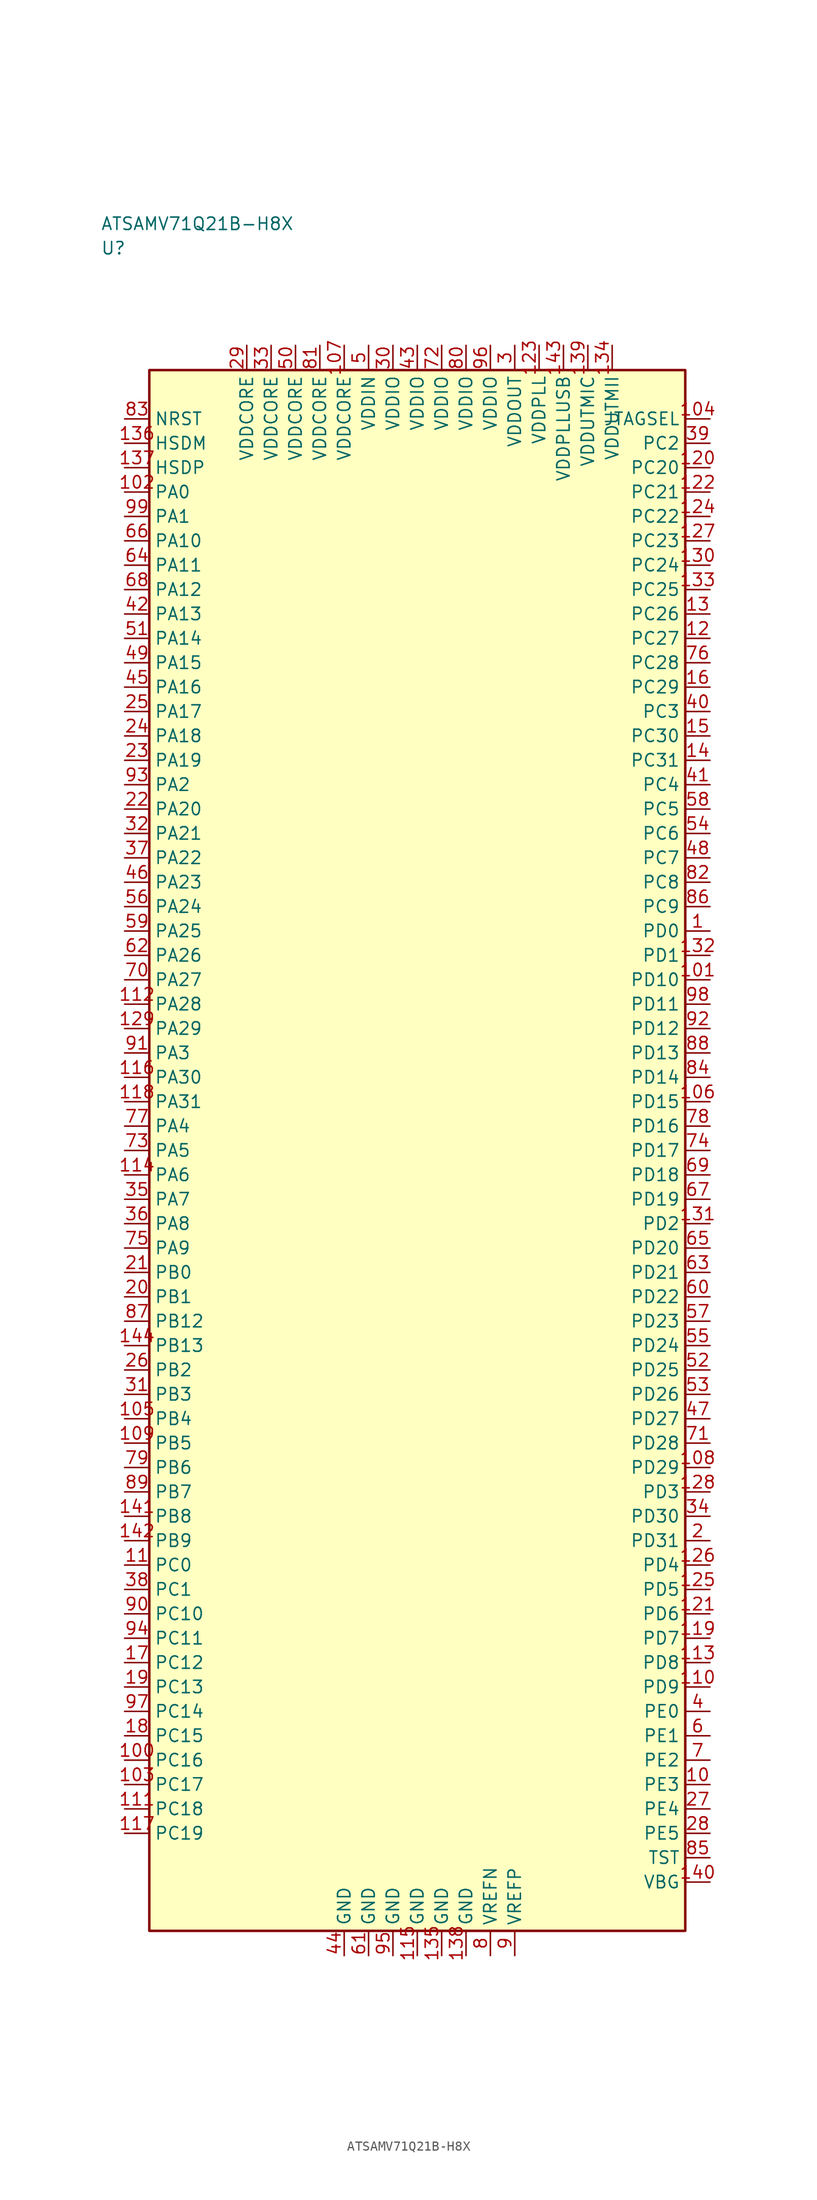
<source format=kicad_sym>
(kicad_symbol_lib
  (version 20241025)
  (generator "kicad_symbol_editor")
  (generator_version "8.0")
  (symbol "ATSAMV71Q21B-H8X"
    (property "Reference" "U"
      (at -32.5 92.5 0)
      (effects (font (size 1.27 1.27)) (justify left)))
    (property "Value" "ATSAMV71Q21B-H8X"
      (at -32.5 95.0 0)
      (effects (font (size 1.27 1.27)) (justify left)))
    (symbol "ATSAMV71Q21B-H8X_0_1"
      (rectangle (start -27.5 80.0) (end 27.5 -80.0) (stroke (width 0.254) (type default)) (fill (type background))))
    (symbol "ATSAMV71Q21B-H8X_1_1"
      (pin bidirectional line (at -30.04 67.5 0.0) (length 2.54) (name "PA0" (effects (font (size 1.27 1.27)))) (number "102" (effects (font (size 1.27 1.27)))))
      (pin bidirectional line (at -30.04 65.0 0.0) (length 2.54) (name "PA1" (effects (font (size 1.27 1.27)))) (number "99" (effects (font (size 1.27 1.27)))))
      (pin bidirectional line (at -30.04 37.5 0.0) (length 2.54) (name "PA2" (effects (font (size 1.27 1.27)))) (number "93" (effects (font (size 1.27 1.27)))))
      (pin bidirectional line (at -30.04 10.0 0.0) (length 2.54) (name "PA3" (effects (font (size 1.27 1.27)))) (number "91" (effects (font (size 1.27 1.27)))))
      (pin bidirectional line (at -30.04 2.5 0.0) (length 2.54) (name "PA4" (effects (font (size 1.27 1.27)))) (number "77" (effects (font (size 1.27 1.27)))))
      (pin bidirectional line (at -30.04 0.0 0.0) (length 2.54) (name "PA5" (effects (font (size 1.27 1.27)))) (number "73" (effects (font (size 1.27 1.27)))))
      (pin bidirectional line (at -30.04 -2.5 0.0) (length 2.54) (name "PA6" (effects (font (size 1.27 1.27)))) (number "114" (effects (font (size 1.27 1.27)))))
      (pin bidirectional line (at -30.04 -5.0 0.0) (length 2.54) (name "PA7" (effects (font (size 1.27 1.27)))) (number "35" (effects (font (size 1.27 1.27)))))
      (pin bidirectional line (at -30.04 -7.5 0.0) (length 2.54) (name "PA8" (effects (font (size 1.27 1.27)))) (number "36" (effects (font (size 1.27 1.27)))))
      (pin bidirectional line (at -30.04 -10.0 0.0) (length 2.54) (name "PA9" (effects (font (size 1.27 1.27)))) (number "75" (effects (font (size 1.27 1.27)))))
      (pin bidirectional line (at -30.04 62.5 0.0) (length 2.54) (name "PA10" (effects (font (size 1.27 1.27)))) (number "66" (effects (font (size 1.27 1.27)))))
      (pin bidirectional line (at -30.04 60.0 0.0) (length 2.54) (name "PA11" (effects (font (size 1.27 1.27)))) (number "64" (effects (font (size 1.27 1.27)))))
      (pin bidirectional line (at -30.04 57.5 0.0) (length 2.54) (name "PA12" (effects (font (size 1.27 1.27)))) (number "68" (effects (font (size 1.27 1.27)))))
      (pin bidirectional line (at -30.04 55.0 0.0) (length 2.54) (name "PA13" (effects (font (size 1.27 1.27)))) (number "42" (effects (font (size 1.27 1.27)))))
      (pin bidirectional line (at -30.04 52.5 0.0) (length 2.54) (name "PA14" (effects (font (size 1.27 1.27)))) (number "51" (effects (font (size 1.27 1.27)))))
      (pin bidirectional line (at -30.04 50.0 0.0) (length 2.54) (name "PA15" (effects (font (size 1.27 1.27)))) (number "49" (effects (font (size 1.27 1.27)))))
      (pin bidirectional line (at -30.04 47.5 0.0) (length 2.54) (name "PA16" (effects (font (size 1.27 1.27)))) (number "45" (effects (font (size 1.27 1.27)))))
      (pin bidirectional line (at -30.04 45.0 0.0) (length 2.54) (name "PA17" (effects (font (size 1.27 1.27)))) (number "25" (effects (font (size 1.27 1.27)))))
      (pin bidirectional line (at -30.04 42.5 0.0) (length 2.54) (name "PA18" (effects (font (size 1.27 1.27)))) (number "24" (effects (font (size 1.27 1.27)))))
      (pin bidirectional line (at -30.04 40.0 0.0) (length 2.54) (name "PA19" (effects (font (size 1.27 1.27)))) (number "23" (effects (font (size 1.27 1.27)))))
      (pin bidirectional line (at -30.04 35.0 0.0) (length 2.54) (name "PA20" (effects (font (size 1.27 1.27)))) (number "22" (effects (font (size 1.27 1.27)))))
      (pin bidirectional line (at -30.04 32.5 0.0) (length 2.54) (name "PA21" (effects (font (size 1.27 1.27)))) (number "32" (effects (font (size 1.27 1.27)))))
      (pin bidirectional line (at -30.04 30.0 0.0) (length 2.54) (name "PA22" (effects (font (size 1.27 1.27)))) (number "37" (effects (font (size 1.27 1.27)))))
      (pin bidirectional line (at -30.04 27.5 0.0) (length 2.54) (name "PA23" (effects (font (size 1.27 1.27)))) (number "46" (effects (font (size 1.27 1.27)))))
      (pin bidirectional line (at -30.04 25.0 0.0) (length 2.54) (name "PA24" (effects (font (size 1.27 1.27)))) (number "56" (effects (font (size 1.27 1.27)))))
      (pin bidirectional line (at -30.04 22.5 0.0) (length 2.54) (name "PA25" (effects (font (size 1.27 1.27)))) (number "59" (effects (font (size 1.27 1.27)))))
      (pin bidirectional line (at -30.04 20.0 0.0) (length 2.54) (name "PA26" (effects (font (size 1.27 1.27)))) (number "62" (effects (font (size 1.27 1.27)))))
      (pin bidirectional line (at -30.04 17.5 0.0) (length 2.54) (name "PA27" (effects (font (size 1.27 1.27)))) (number "70" (effects (font (size 1.27 1.27)))))
      (pin bidirectional line (at -30.04 15.0 0.0) (length 2.54) (name "PA28" (effects (font (size 1.27 1.27)))) (number "112" (effects (font (size 1.27 1.27)))))
      (pin bidirectional line (at -30.04 12.5 0.0) (length 2.54) (name "PA29" (effects (font (size 1.27 1.27)))) (number "129" (effects (font (size 1.27 1.27)))))
      (pin bidirectional line (at -30.04 7.5 0.0) (length 2.54) (name "PA30" (effects (font (size 1.27 1.27)))) (number "116" (effects (font (size 1.27 1.27)))))
      (pin bidirectional line (at -30.04 5.0 0.0) (length 2.54) (name "PA31" (effects (font (size 1.27 1.27)))) (number "118" (effects (font (size 1.27 1.27)))))
      (pin bidirectional line (at -30.04 -12.5 0.0) (length 2.54) (name "PB0" (effects (font (size 1.27 1.27)))) (number "21" (effects (font (size 1.27 1.27)))))
      (pin bidirectional line (at -30.04 -15.0 0.0) (length 2.54) (name "PB1" (effects (font (size 1.27 1.27)))) (number "20" (effects (font (size 1.27 1.27)))))
      (pin bidirectional line (at -30.04 -22.5 0.0) (length 2.54) (name "PB2" (effects (font (size 1.27 1.27)))) (number "26" (effects (font (size 1.27 1.27)))))
      (pin bidirectional line (at -30.04 -25.0 0.0) (length 2.54) (name "PB3" (effects (font (size 1.27 1.27)))) (number "31" (effects (font (size 1.27 1.27)))))
      (pin bidirectional line (at -30.04 -27.5 0.0) (length 2.54) (name "PB4" (effects (font (size 1.27 1.27)))) (number "105" (effects (font (size 1.27 1.27)))))
      (pin bidirectional line (at -30.04 -30.0 0.0) (length 2.54) (name "PB5" (effects (font (size 1.27 1.27)))) (number "109" (effects (font (size 1.27 1.27)))))
      (pin bidirectional line (at -30.04 -32.5 0.0) (length 2.54) (name "PB6" (effects (font (size 1.27 1.27)))) (number "79" (effects (font (size 1.27 1.27)))))
      (pin bidirectional line (at -30.04 -35.0 0.0) (length 2.54) (name "PB7" (effects (font (size 1.27 1.27)))) (number "89" (effects (font (size 1.27 1.27)))))
      (pin bidirectional line (at -30.04 -37.5 0.0) (length 2.54) (name "PB8" (effects (font (size 1.27 1.27)))) (number "141" (effects (font (size 1.27 1.27)))))
      (pin bidirectional line (at -30.04 -40.0 0.0) (length 2.54) (name "PB9" (effects (font (size 1.27 1.27)))) (number "142" (effects (font (size 1.27 1.27)))))
      (pin bidirectional line (at -30.04 -17.5 0.0) (length 2.54) (name "PB12" (effects (font (size 1.27 1.27)))) (number "87" (effects (font (size 1.27 1.27)))))
      (pin bidirectional line (at -30.04 -20.0 0.0) (length 2.54) (name "PB13" (effects (font (size 1.27 1.27)))) (number "144" (effects (font (size 1.27 1.27)))))
      (pin bidirectional line (at -30.04 -42.5 0.0) (length 2.54) (name "PC0" (effects (font (size 1.27 1.27)))) (number "11" (effects (font (size 1.27 1.27)))))
      (pin bidirectional line (at -30.04 -45.0 0.0) (length 2.54) (name "PC1" (effects (font (size 1.27 1.27)))) (number "38" (effects (font (size 1.27 1.27)))))
      (pin bidirectional line (at 30.04 72.5 180.0) (length 2.54) (name "PC2" (effects (font (size 1.27 1.27)))) (number "39" (effects (font (size 1.27 1.27)))))
      (pin bidirectional line (at 30.04 45.0 180.0) (length 2.54) (name "PC3" (effects (font (size 1.27 1.27)))) (number "40" (effects (font (size 1.27 1.27)))))
      (pin bidirectional line (at 30.04 37.5 180.0) (length 2.54) (name "PC4" (effects (font (size 1.27 1.27)))) (number "41" (effects (font (size 1.27 1.27)))))
      (pin bidirectional line (at 30.04 35.0 180.0) (length 2.54) (name "PC5" (effects (font (size 1.27 1.27)))) (number "58" (effects (font (size 1.27 1.27)))))
      (pin bidirectional line (at 30.04 32.5 180.0) (length 2.54) (name "PC6" (effects (font (size 1.27 1.27)))) (number "54" (effects (font (size 1.27 1.27)))))
      (pin bidirectional line (at 30.04 30.0 180.0) (length 2.54) (name "PC7" (effects (font (size 1.27 1.27)))) (number "48" (effects (font (size 1.27 1.27)))))
      (pin bidirectional line (at 30.04 27.5 180.0) (length 2.54) (name "PC8" (effects (font (size 1.27 1.27)))) (number "82" (effects (font (size 1.27 1.27)))))
      (pin bidirectional line (at 30.04 25.0 180.0) (length 2.54) (name "PC9" (effects (font (size 1.27 1.27)))) (number "86" (effects (font (size 1.27 1.27)))))
      (pin bidirectional line (at -30.04 -47.5 0.0) (length 2.54) (name "PC10" (effects (font (size 1.27 1.27)))) (number "90" (effects (font (size 1.27 1.27)))))
      (pin bidirectional line (at -30.04 -50.0 0.0) (length 2.54) (name "PC11" (effects (font (size 1.27 1.27)))) (number "94" (effects (font (size 1.27 1.27)))))
      (pin bidirectional line (at -30.04 -52.5 0.0) (length 2.54) (name "PC12" (effects (font (size 1.27 1.27)))) (number "17" (effects (font (size 1.27 1.27)))))
      (pin bidirectional line (at -30.04 -55.0 0.0) (length 2.54) (name "PC13" (effects (font (size 1.27 1.27)))) (number "19" (effects (font (size 1.27 1.27)))))
      (pin bidirectional line (at -30.04 -57.5 0.0) (length 2.54) (name "PC14" (effects (font (size 1.27 1.27)))) (number "97" (effects (font (size 1.27 1.27)))))
      (pin bidirectional line (at -30.04 -60.0 0.0) (length 2.54) (name "PC15" (effects (font (size 1.27 1.27)))) (number "18" (effects (font (size 1.27 1.27)))))
      (pin bidirectional line (at -30.04 -62.5 0.0) (length 2.54) (name "PC16" (effects (font (size 1.27 1.27)))) (number "100" (effects (font (size 1.27 1.27)))))
      (pin bidirectional line (at -30.04 -65.0 0.0) (length 2.54) (name "PC17" (effects (font (size 1.27 1.27)))) (number "103" (effects (font (size 1.27 1.27)))))
      (pin bidirectional line (at -30.04 -67.5 0.0) (length 2.54) (name "PC18" (effects (font (size 1.27 1.27)))) (number "111" (effects (font (size 1.27 1.27)))))
      (pin bidirectional line (at -30.04 -70.0 0.0) (length 2.54) (name "PC19" (effects (font (size 1.27 1.27)))) (number "117" (effects (font (size 1.27 1.27)))))
      (pin bidirectional line (at 30.04 70.0 180.0) (length 2.54) (name "PC20" (effects (font (size 1.27 1.27)))) (number "120" (effects (font (size 1.27 1.27)))))
      (pin bidirectional line (at 30.04 67.5 180.0) (length 2.54) (name "PC21" (effects (font (size 1.27 1.27)))) (number "122" (effects (font (size 1.27 1.27)))))
      (pin bidirectional line (at 30.04 65.0 180.0) (length 2.54) (name "PC22" (effects (font (size 1.27 1.27)))) (number "124" (effects (font (size 1.27 1.27)))))
      (pin bidirectional line (at 30.04 62.5 180.0) (length 2.54) (name "PC23" (effects (font (size 1.27 1.27)))) (number "127" (effects (font (size 1.27 1.27)))))
      (pin bidirectional line (at 30.04 60.0 180.0) (length 2.54) (name "PC24" (effects (font (size 1.27 1.27)))) (number "130" (effects (font (size 1.27 1.27)))))
      (pin bidirectional line (at 30.04 57.5 180.0) (length 2.54) (name "PC25" (effects (font (size 1.27 1.27)))) (number "133" (effects (font (size 1.27 1.27)))))
      (pin bidirectional line (at 30.04 55.0 180.0) (length 2.54) (name "PC26" (effects (font (size 1.27 1.27)))) (number "13" (effects (font (size 1.27 1.27)))))
      (pin bidirectional line (at 30.04 52.5 180.0) (length 2.54) (name "PC27" (effects (font (size 1.27 1.27)))) (number "12" (effects (font (size 1.27 1.27)))))
      (pin bidirectional line (at 30.04 50.0 180.0) (length 2.54) (name "PC28" (effects (font (size 1.27 1.27)))) (number "76" (effects (font (size 1.27 1.27)))))
      (pin bidirectional line (at 30.04 47.5 180.0) (length 2.54) (name "PC29" (effects (font (size 1.27 1.27)))) (number "16" (effects (font (size 1.27 1.27)))))
      (pin bidirectional line (at 30.04 42.5 180.0) (length 2.54) (name "PC30" (effects (font (size 1.27 1.27)))) (number "15" (effects (font (size 1.27 1.27)))))
      (pin bidirectional line (at 30.04 40.0 180.0) (length 2.54) (name "PC31" (effects (font (size 1.27 1.27)))) (number "14" (effects (font (size 1.27 1.27)))))
      (pin bidirectional line (at 30.04 22.5 180.0) (length 2.54) (name "PD0" (effects (font (size 1.27 1.27)))) (number "1" (effects (font (size 1.27 1.27)))))
      (pin bidirectional line (at 30.04 20.0 180.0) (length 2.54) (name "PD1" (effects (font (size 1.27 1.27)))) (number "132" (effects (font (size 1.27 1.27)))))
      (pin bidirectional line (at 30.04 -7.5 180.0) (length 2.54) (name "PD2" (effects (font (size 1.27 1.27)))) (number "131" (effects (font (size 1.27 1.27)))))
      (pin bidirectional line (at 30.04 -35.0 180.0) (length 2.54) (name "PD3" (effects (font (size 1.27 1.27)))) (number "128" (effects (font (size 1.27 1.27)))))
      (pin bidirectional line (at 30.04 -42.5 180.0) (length 2.54) (name "PD4" (effects (font (size 1.27 1.27)))) (number "126" (effects (font (size 1.27 1.27)))))
      (pin bidirectional line (at 30.04 -45.0 180.0) (length 2.54) (name "PD5" (effects (font (size 1.27 1.27)))) (number "125" (effects (font (size 1.27 1.27)))))
      (pin bidirectional line (at 30.04 -47.5 180.0) (length 2.54) (name "PD6" (effects (font (size 1.27 1.27)))) (number "121" (effects (font (size 1.27 1.27)))))
      (pin bidirectional line (at 30.04 -50.0 180.0) (length 2.54) (name "PD7" (effects (font (size 1.27 1.27)))) (number "119" (effects (font (size 1.27 1.27)))))
      (pin bidirectional line (at 30.04 -52.5 180.0) (length 2.54) (name "PD8" (effects (font (size 1.27 1.27)))) (number "113" (effects (font (size 1.27 1.27)))))
      (pin bidirectional line (at 30.04 -55.0 180.0) (length 2.54) (name "PD9" (effects (font (size 1.27 1.27)))) (number "110" (effects (font (size 1.27 1.27)))))
      (pin bidirectional line (at 30.04 17.5 180.0) (length 2.54) (name "PD10" (effects (font (size 1.27 1.27)))) (number "101" (effects (font (size 1.27 1.27)))))
      (pin bidirectional line (at 30.04 15.0 180.0) (length 2.54) (name "PD11" (effects (font (size 1.27 1.27)))) (number "98" (effects (font (size 1.27 1.27)))))
      (pin bidirectional line (at 30.04 12.5 180.0) (length 2.54) (name "PD12" (effects (font (size 1.27 1.27)))) (number "92" (effects (font (size 1.27 1.27)))))
      (pin bidirectional line (at 30.04 10.0 180.0) (length 2.54) (name "PD13" (effects (font (size 1.27 1.27)))) (number "88" (effects (font (size 1.27 1.27)))))
      (pin bidirectional line (at 30.04 7.5 180.0) (length 2.54) (name "PD14" (effects (font (size 1.27 1.27)))) (number "84" (effects (font (size 1.27 1.27)))))
      (pin bidirectional line (at 30.04 5.0 180.0) (length 2.54) (name "PD15" (effects (font (size 1.27 1.27)))) (number "106" (effects (font (size 1.27 1.27)))))
      (pin bidirectional line (at 30.04 2.5 180.0) (length 2.54) (name "PD16" (effects (font (size 1.27 1.27)))) (number "78" (effects (font (size 1.27 1.27)))))
      (pin bidirectional line (at 30.04 0.0 180.0) (length 2.54) (name "PD17" (effects (font (size 1.27 1.27)))) (number "74" (effects (font (size 1.27 1.27)))))
      (pin bidirectional line (at 30.04 -2.5 180.0) (length 2.54) (name "PD18" (effects (font (size 1.27 1.27)))) (number "69" (effects (font (size 1.27 1.27)))))
      (pin bidirectional line (at 30.04 -5.0 180.0) (length 2.54) (name "PD19" (effects (font (size 1.27 1.27)))) (number "67" (effects (font (size 1.27 1.27)))))
      (pin bidirectional line (at 30.04 -10.0 180.0) (length 2.54) (name "PD20" (effects (font (size 1.27 1.27)))) (number "65" (effects (font (size 1.27 1.27)))))
      (pin bidirectional line (at 30.04 -12.5 180.0) (length 2.54) (name "PD21" (effects (font (size 1.27 1.27)))) (number "63" (effects (font (size 1.27 1.27)))))
      (pin bidirectional line (at 30.04 -15.0 180.0) (length 2.54) (name "PD22" (effects (font (size 1.27 1.27)))) (number "60" (effects (font (size 1.27 1.27)))))
      (pin bidirectional line (at 30.04 -17.5 180.0) (length 2.54) (name "PD23" (effects (font (size 1.27 1.27)))) (number "57" (effects (font (size 1.27 1.27)))))
      (pin bidirectional line (at 30.04 -20.0 180.0) (length 2.54) (name "PD24" (effects (font (size 1.27 1.27)))) (number "55" (effects (font (size 1.27 1.27)))))
      (pin bidirectional line (at 30.04 -22.5 180.0) (length 2.54) (name "PD25" (effects (font (size 1.27 1.27)))) (number "52" (effects (font (size 1.27 1.27)))))
      (pin bidirectional line (at 30.04 -25.0 180.0) (length 2.54) (name "PD26" (effects (font (size 1.27 1.27)))) (number "53" (effects (font (size 1.27 1.27)))))
      (pin bidirectional line (at 30.04 -27.5 180.0) (length 2.54) (name "PD27" (effects (font (size 1.27 1.27)))) (number "47" (effects (font (size 1.27 1.27)))))
      (pin bidirectional line (at 30.04 -30.0 180.0) (length 2.54) (name "PD28" (effects (font (size 1.27 1.27)))) (number "71" (effects (font (size 1.27 1.27)))))
      (pin bidirectional line (at 30.04 -32.5 180.0) (length 2.54) (name "PD29" (effects (font (size 1.27 1.27)))) (number "108" (effects (font (size 1.27 1.27)))))
      (pin bidirectional line (at 30.04 -37.5 180.0) (length 2.54) (name "PD30" (effects (font (size 1.27 1.27)))) (number "34" (effects (font (size 1.27 1.27)))))
      (pin bidirectional line (at 30.04 -40.0 180.0) (length 2.54) (name "PD31" (effects (font (size 1.27 1.27)))) (number "2" (effects (font (size 1.27 1.27)))))
      (pin bidirectional line (at 30.04 -57.5 180.0) (length 2.54) (name "PE0" (effects (font (size 1.27 1.27)))) (number "4" (effects (font (size 1.27 1.27)))))
      (pin bidirectional line (at 30.04 -60.0 180.0) (length 2.54) (name "PE1" (effects (font (size 1.27 1.27)))) (number "6" (effects (font (size 1.27 1.27)))))
      (pin bidirectional line (at 30.04 -62.5 180.0) (length 2.54) (name "PE2" (effects (font (size 1.27 1.27)))) (number "7" (effects (font (size 1.27 1.27)))))
      (pin bidirectional line (at 30.04 -65.0 180.0) (length 2.54) (name "PE3" (effects (font (size 1.27 1.27)))) (number "10" (effects (font (size 1.27 1.27)))))
      (pin bidirectional line (at 30.04 -67.5 180.0) (length 2.54) (name "PE4" (effects (font (size 1.27 1.27)))) (number "27" (effects (font (size 1.27 1.27)))))
      (pin bidirectional line (at 30.04 -70.0 180.0) (length 2.54) (name "PE5" (effects (font (size 1.27 1.27)))) (number "28" (effects (font (size 1.27 1.27)))))
      (pin power_in line (at 10.0 82.54 270.0) (length 2.54) (name "VDDOUT" (effects (font (size 1.27 1.27)))) (number "3" (effects (font (size 1.27 1.27)))))
      (pin power_in line (at -5.0 82.54 270.0) (length 2.54) (name "VDDIN" (effects (font (size 1.27 1.27)))) (number "5" (effects (font (size 1.27 1.27)))))
      (pin passive line (at 7.5 -82.54 90.0) (length 2.54) (name "VREFN" (effects (font (size 1.27 1.27)))) (number "8" (effects (font (size 1.27 1.27)))))
      (pin passive line (at 10.0 -82.54 90.0) (length 2.54) (name "VREFP" (effects (font (size 1.27 1.27)))) (number "9" (effects (font (size 1.27 1.27)))))
      (pin input line (at -30.04 75.0 0.0) (length 2.54) (name "NRST" (effects (font (size 1.27 1.27)))) (number "83" (effects (font (size 1.27 1.27)))))
      (pin bidirectional line (at 30.04 -72.5 180.0) (length 2.54) (name "TST" (effects (font (size 1.27 1.27)))) (number "85" (effects (font (size 1.27 1.27)))))
      (pin power_in line (at -2.5 82.54 270.0) (length 2.54) (name "VDDIO" (effects (font (size 1.27 1.27)))) (number "30" (effects (font (size 1.27 1.27)))))
      (pin power_in line (at 0.0 82.54 270.0) (length 2.54) (name "VDDIO" (effects (font (size 1.27 1.27)))) (number "43" (effects (font (size 1.27 1.27)))))
      (pin power_in line (at 2.5 82.54 270.0) (length 2.54) (name "VDDIO" (effects (font (size 1.27 1.27)))) (number "72" (effects (font (size 1.27 1.27)))))
      (pin power_in line (at 5.0 82.54 270.0) (length 2.54) (name "VDDIO" (effects (font (size 1.27 1.27)))) (number "80" (effects (font (size 1.27 1.27)))))
      (pin power_in line (at 7.5 82.54 270.0) (length 2.54) (name "VDDIO" (effects (font (size 1.27 1.27)))) (number "96" (effects (font (size 1.27 1.27)))))
      (pin output line (at 30.04 75.0 180.0) (length 2.54) (name "JTAGSEL" (effects (font (size 1.27 1.27)))) (number "104" (effects (font (size 1.27 1.27)))))
      (pin power_in line (at -17.5 82.54 270.0) (length 2.54) (name "VDDCORE" (effects (font (size 1.27 1.27)))) (number "29" (effects (font (size 1.27 1.27)))))
      (pin power_in line (at -15.0 82.54 270.0) (length 2.54) (name "VDDCORE" (effects (font (size 1.27 1.27)))) (number "33" (effects (font (size 1.27 1.27)))))
      (pin power_in line (at -12.5 82.54 270.0) (length 2.54) (name "VDDCORE" (effects (font (size 1.27 1.27)))) (number "50" (effects (font (size 1.27 1.27)))))
      (pin power_in line (at -10.0 82.54 270.0) (length 2.54) (name "VDDCORE" (effects (font (size 1.27 1.27)))) (number "81" (effects (font (size 1.27 1.27)))))
      (pin power_in line (at -7.5 82.54 270.0) (length 2.54) (name "VDDCORE" (effects (font (size 1.27 1.27)))) (number "107" (effects (font (size 1.27 1.27)))))
      (pin power_in line (at 12.5 82.54 270.0) (length 2.54) (name "VDDPLL" (effects (font (size 1.27 1.27)))) (number "123" (effects (font (size 1.27 1.27)))))
      (pin power_in line (at 20.0 82.54 270.0) (length 2.54) (name "VDDUTMII" (effects (font (size 1.27 1.27)))) (number "134" (effects (font (size 1.27 1.27)))))
      (pin bidirectional line (at -30.04 72.5 0.0) (length 2.54) (name "HSDM" (effects (font (size 1.27 1.27)))) (number "136" (effects (font (size 1.27 1.27)))))
      (pin bidirectional line (at -30.04 70.0 0.0) (length 2.54) (name "HSDP" (effects (font (size 1.27 1.27)))) (number "137" (effects (font (size 1.27 1.27)))))
      (pin passive line (at -7.5 -82.54 90.0) (length 2.54) (name "GND" (effects (font (size 1.27 1.27)))) (number "44" (effects (font (size 1.27 1.27)))))
      (pin passive line (at -5.0 -82.54 90.0) (length 2.54) (name "GND" (effects (font (size 1.27 1.27)))) (number "61" (effects (font (size 1.27 1.27)))))
      (pin passive line (at -2.5 -82.54 90.0) (length 2.54) (name "GND" (effects (font (size 1.27 1.27)))) (number "95" (effects (font (size 1.27 1.27)))))
      (pin passive line (at 0.0 -82.54 90.0) (length 2.54) (name "GND" (effects (font (size 1.27 1.27)))) (number "115" (effects (font (size 1.27 1.27)))))
      (pin passive line (at 2.5 -82.54 90.0) (length 2.54) (name "GND" (effects (font (size 1.27 1.27)))) (number "135" (effects (font (size 1.27 1.27)))))
      (pin passive line (at 5.0 -82.54 90.0) (length 2.54) (name "GND" (effects (font (size 1.27 1.27)))) (number "138" (effects (font (size 1.27 1.27)))))
      (pin power_in line (at 17.5 82.54 270.0) (length 2.54) (name "VDDUTMIC" (effects (font (size 1.27 1.27)))) (number "139" (effects (font (size 1.27 1.27)))))
      (pin bidirectional line (at 30.04 -75.0 180.0) (length 2.54) (name "VBG" (effects (font (size 1.27 1.27)))) (number "140" (effects (font (size 1.27 1.27)))))
      (pin power_in line (at 15.0 82.54 270.0) (length 2.54) (name "VDDPLLUSB" (effects (font (size 1.27 1.27)))) (number "143" (effects (font (size 1.27 1.27))))))))
</source>
